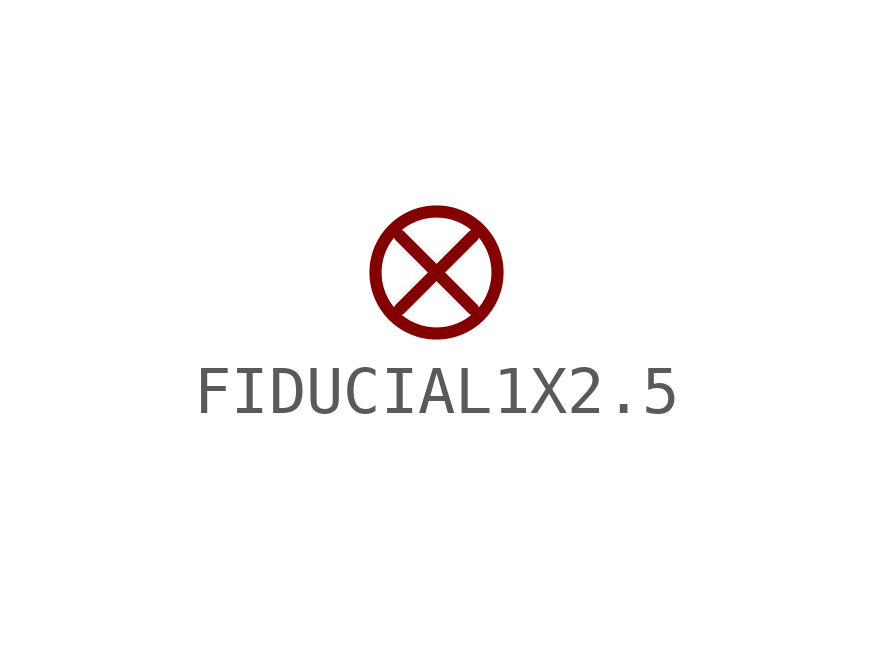
<source format=kicad_sym>
(kicad_symbol_lib
  (version 20201005)
  (generator kicad_symbol_editor)
  (symbol "FIDUCIAL1X2.5"
    (property "Reference" "FID"
      (at 0 0 0)
      (effects (font (size 1.27 1.27)) hide))
    (property "ki_locked" ""
      (at 0 0 0)
      (effects (font (size 1.27 1.27))))
    (symbol "FIDUCIAL1X2.5_1_0"
      (circle (center 0 0) (radius 1.27) (stroke (width 0.254)) (fill (type none)))
      (polyline (pts (xy -0.762 0.762) (xy 0.762 -0.762)) (stroke (width 0.254)) (fill (type none)))
      (polyline (pts (xy 0.762 0.762) (xy -0.762 -0.762)) (stroke (width 0.254)) (fill (type none))))))
</source>
